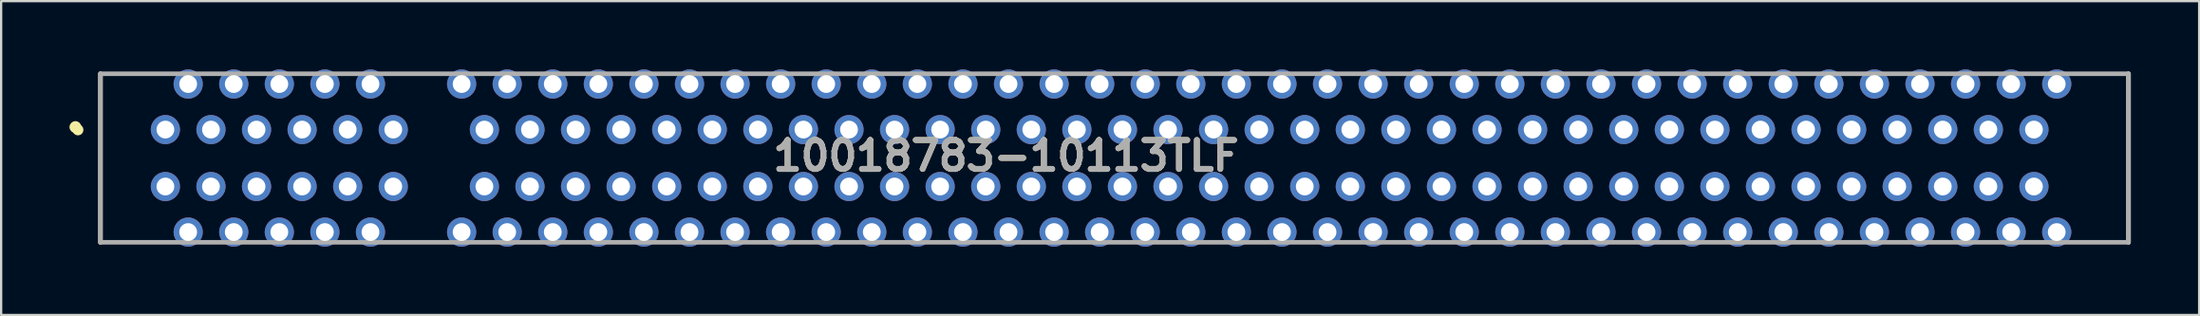
<source format=kicad_pcb>
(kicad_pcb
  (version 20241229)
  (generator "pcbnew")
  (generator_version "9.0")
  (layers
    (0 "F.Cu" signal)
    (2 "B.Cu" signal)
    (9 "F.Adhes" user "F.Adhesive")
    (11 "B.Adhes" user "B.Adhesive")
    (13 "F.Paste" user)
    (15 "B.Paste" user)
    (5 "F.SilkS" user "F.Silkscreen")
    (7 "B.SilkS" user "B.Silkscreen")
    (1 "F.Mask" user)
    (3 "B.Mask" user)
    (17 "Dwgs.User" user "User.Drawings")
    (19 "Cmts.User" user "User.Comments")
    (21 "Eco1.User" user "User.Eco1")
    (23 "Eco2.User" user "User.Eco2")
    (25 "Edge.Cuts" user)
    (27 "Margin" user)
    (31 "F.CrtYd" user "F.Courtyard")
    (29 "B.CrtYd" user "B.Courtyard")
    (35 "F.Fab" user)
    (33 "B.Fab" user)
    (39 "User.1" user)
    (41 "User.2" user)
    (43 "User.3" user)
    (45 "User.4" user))
  (footprint "10018783-10113TLF"
    (layer "F.Cu")
    (at 1.358 3.89)
    (property "Reference" "10018783-10113TLF" (at 39.74 -0.097 0) (layer "F.SilkS") (effects (font (size 1.27 1.27) (thickness 0.254))))
    (attr through_hole)
    (fp_line (start 0 -3.7) (end 0 3.7) (stroke (width 0.2) (type solid)) (layer "F.SilkS"))
    (fp_line (start 89 -3.7) (end 89 3.7) (stroke (width 0.2) (type solid)) (layer "F.SilkS"))
    (fp_circle (center -1.098 -1.36) (end -1.098 -1.2) (stroke (width 0.2) (type solid)) (fill no) (layer "F.SilkS"))
    (fp_circle (center -0.988 -1.238) (end -0.988 -1.196) (stroke (width 0.2) (type solid)) (fill no) (layer "F.SilkS"))
    (fp_line (start 0 -3.7) (end 89 -3.7) (stroke (width 0.2) (type solid)) (layer "F.Fab"))
    (fp_line (start 0 3.7) (end 0 -3.7) (stroke (width 0.2) (type solid)) (layer "F.Fab"))
    (fp_line (start 89 -3.7) (end 89 3.7) (stroke (width 0.2) (type solid)) (layer "F.Fab"))
    (fp_line (start 89 3.7) (end 0 3.7) (stroke (width 0.2) (type solid)) (layer "F.Fab"))
    (fp_text user "${REFERENCE}" (at 39.74 -0.097 0) (layer "F.Fab") (effects (font (size 1.27 1.27) (thickness 0.254))))
    (pad "" np_thru_hole circle (at 14.5 0) (size 0.001 0.001) (drill 2.4) (layers "*.Cu" "*.Mask"))
    (pad "" np_thru_hole circle (at 87.65 0) (size 0.001 0.001) (drill 2.4) (layers "*.Cu" "*.Mask"))
    (pad "A1" thru_hole circle (at 2.85 -1.25) (size 1.28 1.28) (drill 0.78) (layers "*.Cu" "*.Mask"))
    (pad "A2" thru_hole circle (at 3.85 -3.25) (size 1.28 1.28) (drill 0.78) (layers "*.Cu" "*.Mask"))
    (pad "A3" thru_hole circle (at 4.85 -1.25) (size 1.28 1.28) (drill 0.78) (layers "*.Cu" "*.Mask"))
    (pad "A4" thru_hole circle (at 5.85 -3.25) (size 1.28 1.28) (drill 0.78) (layers "*.Cu" "*.Mask"))
    (pad "A5" thru_hole circle (at 6.85 -1.25) (size 1.28 1.28) (drill 0.78) (layers "*.Cu" "*.Mask"))
    (pad "A6" thru_hole circle (at 7.85 -3.25) (size 1.28 1.28) (drill 0.78) (layers "*.Cu" "*.Mask"))
    (pad "A7" thru_hole circle (at 8.85 -1.25) (size 1.28 1.28) (drill 0.78) (layers "*.Cu" "*.Mask"))
    (pad "A8" thru_hole circle (at 9.85 -3.25) (size 1.28 1.28) (drill 0.78) (layers "*.Cu" "*.Mask"))
    (pad "A9" thru_hole circle (at 10.85 -1.25) (size 1.28 1.28) (drill 0.78) (layers "*.Cu" "*.Mask"))
    (pad "A10" thru_hole circle (at 11.85 -3.25) (size 1.28 1.28) (drill 0.78) (layers "*.Cu" "*.Mask"))
    (pad "A11" thru_hole circle (at 12.85 -1.25) (size 1.28 1.28) (drill 0.78) (layers "*.Cu" "*.Mask"))
    (pad "A12" thru_hole circle (at 15.85 -3.25) (size 1.28 1.28) (drill 0.78) (layers "*.Cu" "*.Mask"))
    (pad "A13" thru_hole circle (at 16.85 -1.25) (size 1.28 1.28) (drill 0.78) (layers "*.Cu" "*.Mask"))
    (pad "A14" thru_hole circle (at 17.85 -3.25) (size 1.28 1.28) (drill 0.78) (layers "*.Cu" "*.Mask"))
    (pad "A15" thru_hole circle (at 18.85 -1.25) (size 1.28 1.28) (drill 0.78) (layers "*.Cu" "*.Mask"))
    (pad "A16" thru_hole circle (at 19.85 -3.25) (size 1.28 1.28) (drill 0.78) (layers "*.Cu" "*.Mask"))
    (pad "A17" thru_hole circle (at 20.85 -1.25) (size 1.28 1.28) (drill 0.78) (layers "*.Cu" "*.Mask"))
    (pad "A18" thru_hole circle (at 21.85 -3.25) (size 1.28 1.28) (drill 0.78) (layers "*.Cu" "*.Mask"))
    (pad "A19" thru_hole circle (at 22.85 -1.25) (size 1.28 1.28) (drill 0.78) (layers "*.Cu" "*.Mask"))
    (pad "A20" thru_hole circle (at 23.85 -3.25) (size 1.28 1.28) (drill 0.78) (layers "*.Cu" "*.Mask"))
    (pad "A21" thru_hole circle (at 24.85 -1.25) (size 1.28 1.28) (drill 0.78) (layers "*.Cu" "*.Mask"))
    (pad "A22" thru_hole circle (at 25.85 -3.25) (size 1.28 1.28) (drill 0.78) (layers "*.Cu" "*.Mask"))
    (pad "A23" thru_hole circle (at 26.85 -1.25) (size 1.28 1.28) (drill 0.78) (layers "*.Cu" "*.Mask"))
    (pad "A24" thru_hole circle (at 27.85 -3.25) (size 1.28 1.28) (drill 0.78) (layers "*.Cu" "*.Mask"))
    (pad "A25" thru_hole circle (at 28.85 -1.25) (size 1.28 1.28) (drill 0.78) (layers "*.Cu" "*.Mask"))
    (pad "A26" thru_hole circle (at 29.85 -3.25) (size 1.28 1.28) (drill 0.78) (layers "*.Cu" "*.Mask"))
    (pad "A27" thru_hole circle (at 30.85 -1.25) (size 1.28 1.28) (drill 0.78) (layers "*.Cu" "*.Mask"))
    (pad "A28" thru_hole circle (at 31.85 -3.25) (size 1.28 1.28) (drill 0.78) (layers "*.Cu" "*.Mask"))
    (pad "A29" thru_hole circle (at 32.85 -1.25) (size 1.28 1.28) (drill 0.78) (layers "*.Cu" "*.Mask"))
    (pad "A30" thru_hole circle (at 33.85 -3.25) (size 1.28 1.28) (drill 0.78) (layers "*.Cu" "*.Mask"))
    (pad "A31" thru_hole circle (at 34.85 -1.25) (size 1.28 1.28) (drill 0.78) (layers "*.Cu" "*.Mask"))
    (pad "A32" thru_hole circle (at 35.85 -3.25) (size 1.28 1.28) (drill 0.78) (layers "*.Cu" "*.Mask"))
    (pad "A33" thru_hole circle (at 36.85 -1.25) (size 1.28 1.28) (drill 0.78) (layers "*.Cu" "*.Mask"))
    (pad "A34" thru_hole circle (at 37.85 -3.25) (size 1.28 1.28) (drill 0.78) (layers "*.Cu" "*.Mask"))
    (pad "A35" thru_hole circle (at 38.85 -1.25) (size 1.28 1.28) (drill 0.78) (layers "*.Cu" "*.Mask"))
    (pad "A36" thru_hole circle (at 39.85 -3.25) (size 1.28 1.28) (drill 0.78) (layers "*.Cu" "*.Mask"))
    (pad "A37" thru_hole circle (at 40.85 -1.25) (size 1.28 1.28) (drill 0.78) (layers "*.Cu" "*.Mask"))
    (pad "A38" thru_hole circle (at 41.85 -3.25) (size 1.28 1.28) (drill 0.78) (layers "*.Cu" "*.Mask"))
    (pad "A39" thru_hole circle (at 42.85 -1.25) (size 1.28 1.28) (drill 0.78) (layers "*.Cu" "*.Mask"))
    (pad "A40" thru_hole circle (at 43.85 -3.25) (size 1.28 1.28) (drill 0.78) (layers "*.Cu" "*.Mask"))
    (pad "A41" thru_hole circle (at 44.85 -1.25) (size 1.28 1.28) (drill 0.78) (layers "*.Cu" "*.Mask"))
    (pad "A42" thru_hole circle (at 45.85 -3.25) (size 1.28 1.28) (drill 0.78) (layers "*.Cu" "*.Mask"))
    (pad "A43" thru_hole circle (at 46.85 -1.25) (size 1.28 1.28) (drill 0.78) (layers "*.Cu" "*.Mask"))
    (pad "A44" thru_hole circle (at 47.85 -3.25) (size 1.28 1.28) (drill 0.78) (layers "*.Cu" "*.Mask"))
    (pad "A45" thru_hole circle (at 48.85 -1.25) (size 1.28 1.28) (drill 0.78) (layers "*.Cu" "*.Mask"))
    (pad "A46" thru_hole circle (at 49.85 -3.25) (size 1.28 1.28) (drill 0.78) (layers "*.Cu" "*.Mask"))
    (pad "A47" thru_hole circle (at 50.85 -1.25) (size 1.28 1.28) (drill 0.78) (layers "*.Cu" "*.Mask"))
    (pad "A48" thru_hole circle (at 51.85 -3.25) (size 1.28 1.28) (drill 0.78) (layers "*.Cu" "*.Mask"))
    (pad "A49" thru_hole circle (at 52.85 -1.25) (size 1.28 1.28) (drill 0.78) (layers "*.Cu" "*.Mask"))
    (pad "A50" thru_hole circle (at 53.85 -3.25) (size 1.28 1.28) (drill 0.78) (layers "*.Cu" "*.Mask"))
    (pad "A51" thru_hole circle (at 54.85 -1.25) (size 1.28 1.28) (drill 0.78) (layers "*.Cu" "*.Mask"))
    (pad "A52" thru_hole circle (at 55.85 -3.25) (size 1.28 1.28) (drill 0.78) (layers "*.Cu" "*.Mask"))
    (pad "A53" thru_hole circle (at 56.85 -1.25) (size 1.28 1.28) (drill 0.78) (layers "*.Cu" "*.Mask"))
    (pad "A54" thru_hole circle (at 57.85 -3.25) (size 1.28 1.28) (drill 0.78) (layers "*.Cu" "*.Mask"))
    (pad "A55" thru_hole circle (at 58.85 -1.25) (size 1.28 1.28) (drill 0.78) (layers "*.Cu" "*.Mask"))
    (pad "A56" thru_hole circle (at 59.85 -3.25) (size 1.28 1.28) (drill 0.78) (layers "*.Cu" "*.Mask"))
    (pad "A57" thru_hole circle (at 60.85 -1.25) (size 1.28 1.28) (drill 0.78) (layers "*.Cu" "*.Mask"))
    (pad "A58" thru_hole circle (at 61.85 -3.25) (size 1.28 1.28) (drill 0.78) (layers "*.Cu" "*.Mask"))
    (pad "A59" thru_hole circle (at 62.85 -1.25) (size 1.28 1.28) (drill 0.78) (layers "*.Cu" "*.Mask"))
    (pad "A60" thru_hole circle (at 63.85 -3.25) (size 1.28 1.28) (drill 0.78) (layers "*.Cu" "*.Mask"))
    (pad "A61" thru_hole circle (at 64.85 -1.25) (size 1.28 1.28) (drill 0.78) (layers "*.Cu" "*.Mask"))
    (pad "A62" thru_hole circle (at 65.85 -3.25) (size 1.28 1.28) (drill 0.78) (layers "*.Cu" "*.Mask"))
    (pad "A63" thru_hole circle (at 66.85 -1.25) (size 1.28 1.28) (drill 0.78) (layers "*.Cu" "*.Mask"))
    (pad "A64" thru_hole circle (at 67.85 -3.25) (size 1.28 1.28) (drill 0.78) (layers "*.Cu" "*.Mask"))
    (pad "A65" thru_hole circle (at 68.85 -1.25) (size 1.28 1.28) (drill 0.78) (layers "*.Cu" "*.Mask"))
    (pad "A66" thru_hole circle (at 69.85 -3.25) (size 1.28 1.28) (drill 0.78) (layers "*.Cu" "*.Mask"))
    (pad "A67" thru_hole circle (at 70.85 -1.25) (size 1.28 1.28) (drill 0.78) (layers "*.Cu" "*.Mask"))
    (pad "A68" thru_hole circle (at 71.85 -3.25) (size 1.28 1.28) (drill 0.78) (layers "*.Cu" "*.Mask"))
    (pad "A69" thru_hole circle (at 72.85 -1.25) (size 1.28 1.28) (drill 0.78) (layers "*.Cu" "*.Mask"))
    (pad "A70" thru_hole circle (at 73.85 -3.25) (size 1.28 1.28) (drill 0.78) (layers "*.Cu" "*.Mask"))
    (pad "A71" thru_hole circle (at 74.85 -1.25) (size 1.28 1.28) (drill 0.78) (layers "*.Cu" "*.Mask"))
    (pad "A72" thru_hole circle (at 75.85 -3.25) (size 1.28 1.28) (drill 0.78) (layers "*.Cu" "*.Mask"))
    (pad "A73" thru_hole circle (at 76.85 -1.25) (size 1.28 1.28) (drill 0.78) (layers "*.Cu" "*.Mask"))
    (pad "A74" thru_hole circle (at 77.85 -3.25) (size 1.28 1.28) (drill 0.78) (layers "*.Cu" "*.Mask"))
    (pad "A75" thru_hole circle (at 78.85 -1.25) (size 1.28 1.28) (drill 0.78) (layers "*.Cu" "*.Mask"))
    (pad "A76" thru_hole circle (at 79.85 -3.25) (size 1.28 1.28) (drill 0.78) (layers "*.Cu" "*.Mask"))
    (pad "A77" thru_hole circle (at 80.85 -1.25) (size 1.28 1.28) (drill 0.78) (layers "*.Cu" "*.Mask"))
    (pad "A78" thru_hole circle (at 81.85 -3.25) (size 1.28 1.28) (drill 0.78) (layers "*.Cu" "*.Mask"))
    (pad "A79" thru_hole circle (at 82.85 -1.25) (size 1.28 1.28) (drill 0.78) (layers "*.Cu" "*.Mask"))
    (pad "A80" thru_hole circle (at 83.85 -3.25) (size 1.28 1.28) (drill 0.78) (layers "*.Cu" "*.Mask"))
    (pad "A81" thru_hole circle (at 84.85 -1.25) (size 1.28 1.28) (drill 0.78) (layers "*.Cu" "*.Mask"))
    (pad "A82" thru_hole circle (at 85.85 -3.25) (size 1.28 1.28) (drill 0.78) (layers "*.Cu" "*.Mask"))
    (pad "B1" thru_hole circle (at 2.85 1.25) (size 1.28 1.28) (drill 0.78) (layers "*.Cu" "*.Mask"))
    (pad "B2" thru_hole circle (at 3.85 3.25) (size 1.28 1.28) (drill 0.78) (layers "*.Cu" "*.Mask"))
    (pad "B3" thru_hole circle (at 4.85 1.25) (size 1.28 1.28) (drill 0.78) (layers "*.Cu" "*.Mask"))
    (pad "B4" thru_hole circle (at 5.85 3.25) (size 1.28 1.28) (drill 0.78) (layers "*.Cu" "*.Mask"))
    (pad "B5" thru_hole circle (at 6.85 1.25) (size 1.28 1.28) (drill 0.78) (layers "*.Cu" "*.Mask"))
    (pad "B6" thru_hole circle (at 7.85 3.25) (size 1.28 1.28) (drill 0.78) (layers "*.Cu" "*.Mask"))
    (pad "B7" thru_hole circle (at 8.85 1.25) (size 1.28 1.28) (drill 0.78) (layers "*.Cu" "*.Mask"))
    (pad "B8" thru_hole circle (at 9.85 3.25) (size 1.28 1.28) (drill 0.78) (layers "*.Cu" "*.Mask"))
    (pad "B9" thru_hole circle (at 10.85 1.25) (size 1.28 1.28) (drill 0.78) (layers "*.Cu" "*.Mask"))
    (pad "B10" thru_hole circle (at 11.85 3.25) (size 1.28 1.28) (drill 0.78) (layers "*.Cu" "*.Mask"))
    (pad "B11" thru_hole circle (at 12.85 1.25) (size 1.28 1.28) (drill 0.78) (layers "*.Cu" "*.Mask"))
    (pad "B12" thru_hole circle (at 15.85 3.25) (size 1.28 1.28) (drill 0.78) (layers "*.Cu" "*.Mask"))
    (pad "B13" thru_hole circle (at 16.85 1.25) (size 1.28 1.28) (drill 0.78) (layers "*.Cu" "*.Mask"))
    (pad "B14" thru_hole circle (at 17.85 3.25) (size 1.28 1.28) (drill 0.78) (layers "*.Cu" "*.Mask"))
    (pad "B15" thru_hole circle (at 18.85 1.25) (size 1.28 1.28) (drill 0.78) (layers "*.Cu" "*.Mask"))
    (pad "B16" thru_hole circle (at 19.85 3.25) (size 1.28 1.28) (drill 0.78) (layers "*.Cu" "*.Mask"))
    (pad "B17" thru_hole circle (at 20.85 1.25) (size 1.28 1.28) (drill 0.78) (layers "*.Cu" "*.Mask"))
    (pad "B18" thru_hole circle (at 21.85 3.25) (size 1.28 1.28) (drill 0.78) (layers "*.Cu" "*.Mask"))
    (pad "B19" thru_hole circle (at 22.85 1.25) (size 1.28 1.28) (drill 0.78) (layers "*.Cu" "*.Mask"))
    (pad "B20" thru_hole circle (at 23.85 3.25) (size 1.28 1.28) (drill 0.78) (layers "*.Cu" "*.Mask"))
    (pad "B21" thru_hole circle (at 24.85 1.25) (size 1.28 1.28) (drill 0.78) (layers "*.Cu" "*.Mask"))
    (pad "B22" thru_hole circle (at 25.85 3.25) (size 1.28 1.28) (drill 0.78) (layers "*.Cu" "*.Mask"))
    (pad "B23" thru_hole circle (at 26.85 1.25) (size 1.28 1.28) (drill 0.78) (layers "*.Cu" "*.Mask"))
    (pad "B24" thru_hole circle (at 27.85 3.25) (size 1.28 1.28) (drill 0.78) (layers "*.Cu" "*.Mask"))
    (pad "B25" thru_hole circle (at 28.85 1.25) (size 1.28 1.28) (drill 0.78) (layers "*.Cu" "*.Mask"))
    (pad "B26" thru_hole circle (at 29.85 3.25) (size 1.28 1.28) (drill 0.78) (layers "*.Cu" "*.Mask"))
    (pad "B27" thru_hole circle (at 30.85 1.25) (size 1.28 1.28) (drill 0.78) (layers "*.Cu" "*.Mask"))
    (pad "B28" thru_hole circle (at 31.85 3.25) (size 1.28 1.28) (drill 0.78) (layers "*.Cu" "*.Mask"))
    (pad "B29" thru_hole circle (at 32.85 1.25) (size 1.28 1.28) (drill 0.78) (layers "*.Cu" "*.Mask"))
    (pad "B30" thru_hole circle (at 33.85 3.25) (size 1.28 1.28) (drill 0.78) (layers "*.Cu" "*.Mask"))
    (pad "B31" thru_hole circle (at 34.85 1.25) (size 1.28 1.28) (drill 0.78) (layers "*.Cu" "*.Mask"))
    (pad "B32" thru_hole circle (at 35.85 3.25) (size 1.28 1.28) (drill 0.78) (layers "*.Cu" "*.Mask"))
    (pad "B33" thru_hole circle (at 36.85 1.25) (size 1.28 1.28) (drill 0.78) (layers "*.Cu" "*.Mask"))
    (pad "B34" thru_hole circle (at 37.85 3.25) (size 1.28 1.28) (drill 0.78) (layers "*.Cu" "*.Mask"))
    (pad "B35" thru_hole circle (at 38.85 1.25) (size 1.28 1.28) (drill 0.78) (layers "*.Cu" "*.Mask"))
    (pad "B36" thru_hole circle (at 39.85 3.25) (size 1.28 1.28) (drill 0.78) (layers "*.Cu" "*.Mask"))
    (pad "B37" thru_hole circle (at 40.85 1.25) (size 1.28 1.28) (drill 0.78) (layers "*.Cu" "*.Mask"))
    (pad "B38" thru_hole circle (at 41.85 3.25) (size 1.28 1.28) (drill 0.78) (layers "*.Cu" "*.Mask"))
    (pad "B39" thru_hole circle (at 42.85 1.25) (size 1.28 1.28) (drill 0.78) (layers "*.Cu" "*.Mask"))
    (pad "B40" thru_hole circle (at 43.85 3.25) (size 1.28 1.28) (drill 0.78) (layers "*.Cu" "*.Mask"))
    (pad "B41" thru_hole circle (at 44.85 1.25) (size 1.28 1.28) (drill 0.78) (layers "*.Cu" "*.Mask"))
    (pad "B42" thru_hole circle (at 45.85 3.25) (size 1.28 1.28) (drill 0.78) (layers "*.Cu" "*.Mask"))
    (pad "B43" thru_hole circle (at 46.85 1.25) (size 1.28 1.28) (drill 0.78) (layers "*.Cu" "*.Mask"))
    (pad "B44" thru_hole circle (at 47.85 3.25) (size 1.28 1.28) (drill 0.78) (layers "*.Cu" "*.Mask"))
    (pad "B45" thru_hole circle (at 48.85 1.25) (size 1.28 1.28) (drill 0.78) (layers "*.Cu" "*.Mask"))
    (pad "B46" thru_hole circle (at 49.85 3.25) (size 1.28 1.28) (drill 0.78) (layers "*.Cu" "*.Mask"))
    (pad "B47" thru_hole circle (at 50.85 1.25) (size 1.28 1.28) (drill 0.78) (layers "*.Cu" "*.Mask"))
    (pad "B48" thru_hole circle (at 51.85 3.25) (size 1.28 1.28) (drill 0.78) (layers "*.Cu" "*.Mask"))
    (pad "B49" thru_hole circle (at 52.85 1.25) (size 1.28 1.28) (drill 0.78) (layers "*.Cu" "*.Mask"))
    (pad "B50" thru_hole circle (at 53.85 3.25) (size 1.28 1.28) (drill 0.78) (layers "*.Cu" "*.Mask"))
    (pad "B51" thru_hole circle (at 54.85 1.25) (size 1.28 1.28) (drill 0.78) (layers "*.Cu" "*.Mask"))
    (pad "B52" thru_hole circle (at 55.85 3.25) (size 1.28 1.28) (drill 0.78) (layers "*.Cu" "*.Mask"))
    (pad "B53" thru_hole circle (at 56.85 1.25) (size 1.28 1.28) (drill 0.78) (layers "*.Cu" "*.Mask"))
    (pad "B54" thru_hole circle (at 57.85 3.25) (size 1.28 1.28) (drill 0.78) (layers "*.Cu" "*.Mask"))
    (pad "B55" thru_hole circle (at 58.85 1.25) (size 1.28 1.28) (drill 0.78) (layers "*.Cu" "*.Mask"))
    (pad "B56" thru_hole circle (at 59.85 3.25) (size 1.28 1.28) (drill 0.78) (layers "*.Cu" "*.Mask"))
    (pad "B57" thru_hole circle (at 60.85 1.25) (size 1.28 1.28) (drill 0.78) (layers "*.Cu" "*.Mask"))
    (pad "B58" thru_hole circle (at 61.85 3.25) (size 1.28 1.28) (drill 0.78) (layers "*.Cu" "*.Mask"))
    (pad "B59" thru_hole circle (at 62.85 1.25) (size 1.28 1.28) (drill 0.78) (layers "*.Cu" "*.Mask"))
    (pad "B60" thru_hole circle (at 63.85 3.25) (size 1.28 1.28) (drill 0.78) (layers "*.Cu" "*.Mask"))
    (pad "B61" thru_hole circle (at 64.85 1.25) (size 1.28 1.28) (drill 0.78) (layers "*.Cu" "*.Mask"))
    (pad "B62" thru_hole circle (at 65.85 3.25) (size 1.28 1.28) (drill 0.78) (layers "*.Cu" "*.Mask"))
    (pad "B63" thru_hole circle (at 66.85 1.25) (size 1.28 1.28) (drill 0.78) (layers "*.Cu" "*.Mask"))
    (pad "B64" thru_hole circle (at 67.85 3.25) (size 1.28 1.28) (drill 0.78) (layers "*.Cu" "*.Mask"))
    (pad "B65" thru_hole circle (at 68.85 1.25) (size 1.28 1.28) (drill 0.78) (layers "*.Cu" "*.Mask"))
    (pad "B66" thru_hole circle (at 69.85 3.25) (size 1.28 1.28) (drill 0.78) (layers "*.Cu" "*.Mask"))
    (pad "B67" thru_hole circle (at 70.85 1.25) (size 1.28 1.28) (drill 0.78) (layers "*.Cu" "*.Mask"))
    (pad "B68" thru_hole circle (at 71.85 3.25) (size 1.28 1.28) (drill 0.78) (layers "*.Cu" "*.Mask"))
    (pad "B69" thru_hole circle (at 72.85 1.25) (size 1.28 1.28) (drill 0.78) (layers "*.Cu" "*.Mask"))
    (pad "B70" thru_hole circle (at 73.85 3.25) (size 1.28 1.28) (drill 0.78) (layers "*.Cu" "*.Mask"))
    (pad "B71" thru_hole circle (at 74.85 1.25) (size 1.28 1.28) (drill 0.78) (layers "*.Cu" "*.Mask"))
    (pad "B72" thru_hole circle (at 75.85 3.25) (size 1.28 1.28) (drill 0.78) (layers "*.Cu" "*.Mask"))
    (pad "B73" thru_hole circle (at 76.85 1.25) (size 1.28 1.28) (drill 0.78) (layers "*.Cu" "*.Mask"))
    (pad "B74" thru_hole circle (at 77.85 3.25) (size 1.28 1.28) (drill 0.78) (layers "*.Cu" "*.Mask"))
    (pad "B75" thru_hole circle (at 78.85 1.25) (size 1.28 1.28) (drill 0.78) (layers "*.Cu" "*.Mask"))
    (pad "B76" thru_hole circle (at 79.85 3.25) (size 1.28 1.28) (drill 0.78) (layers "*.Cu" "*.Mask"))
    (pad "B77" thru_hole circle (at 80.85 1.25) (size 1.28 1.28) (drill 0.78) (layers "*.Cu" "*.Mask"))
    (pad "B78" thru_hole circle (at 81.85 3.25) (size 1.28 1.28) (drill 0.78) (layers "*.Cu" "*.Mask"))
    (pad "B79" thru_hole circle (at 82.85 1.25) (size 1.28 1.28) (drill 0.78) (layers "*.Cu" "*.Mask"))
    (pad "B80" thru_hole circle (at 83.85 3.25) (size 1.28 1.28) (drill 0.78) (layers "*.Cu" "*.Mask"))
    (pad "B81" thru_hole circle (at 84.85 1.25) (size 1.28 1.28) (drill 0.78) (layers "*.Cu" "*.Mask"))
    (pad "B82" thru_hole circle (at 85.85 3.25) (size 1.28 1.28) (drill 0.78) (layers "*.Cu" "*.Mask")))
  (gr_rect
    (start -3 -3)
    (end 93.458 10.78)
    (stroke (width 0.1) (type default))
    (fill no)
    (layer "Edge.Cuts")))
</source>
